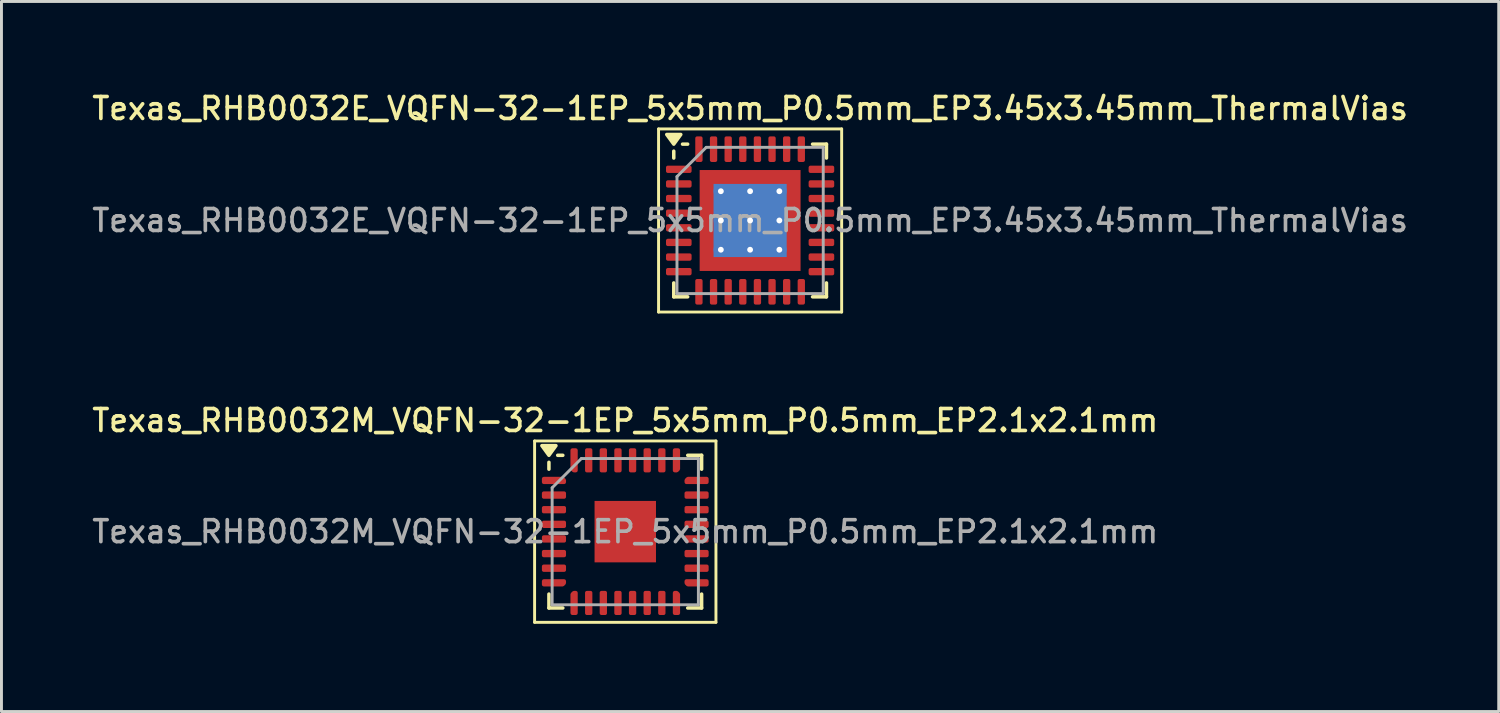
<source format=kicad_pcb>
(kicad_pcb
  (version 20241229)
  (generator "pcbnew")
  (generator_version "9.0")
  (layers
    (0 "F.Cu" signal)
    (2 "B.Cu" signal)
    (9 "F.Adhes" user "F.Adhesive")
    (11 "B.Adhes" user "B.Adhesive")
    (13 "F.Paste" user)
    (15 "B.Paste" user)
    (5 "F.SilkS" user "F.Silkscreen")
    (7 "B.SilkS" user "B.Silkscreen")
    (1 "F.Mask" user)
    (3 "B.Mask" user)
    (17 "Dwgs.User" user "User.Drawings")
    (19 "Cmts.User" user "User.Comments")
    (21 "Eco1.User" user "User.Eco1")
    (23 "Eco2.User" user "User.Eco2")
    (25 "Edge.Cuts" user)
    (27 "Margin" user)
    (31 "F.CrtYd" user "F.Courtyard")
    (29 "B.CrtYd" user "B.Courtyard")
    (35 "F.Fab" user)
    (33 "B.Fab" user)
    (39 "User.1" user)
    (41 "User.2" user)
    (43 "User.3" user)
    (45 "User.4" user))
  (footprint "Texas_RHB0032M_VQFN-32-1EP_5x5mm_P0.5mm_EP2.1x2.1mm"
    (layer "F.Cu")
    (at 18.327 15.126)
    (property "Reference" "Texas_RHB0032M_VQFN-32-1EP_5x5mm_P0.5mm_EP2.1x2.1mm" (at 0 -3.8 0) (layer "F.SilkS") (effects (font (size 0.75 0.75) (thickness 0.125))))
    (attr smd)
    (fp_line (start -3.1 -3.1) (end -3.1 3.1) (stroke (width 0.1) (type solid)) (layer "F.SilkS"))
    (fp_line (start -3.1 3.1) (end 3.1 3.1) (stroke (width 0.1) (type solid)) (layer "F.SilkS"))
    (fp_line (start -2.61 -2.135) (end -2.61 -2.37) (stroke (width 0.12) (type solid)) (layer "F.SilkS"))
    (fp_line (start -2.61 2.61) (end -2.61 2.135) (stroke (width 0.12) (type solid)) (layer "F.SilkS"))
    (fp_line (start -2.135 -2.61) (end -2.31 -2.61) (stroke (width 0.12) (type solid)) (layer "F.SilkS"))
    (fp_line (start -2.135 2.61) (end -2.61 2.61) (stroke (width 0.12) (type solid)) (layer "F.SilkS"))
    (fp_line (start 2.135 -2.61) (end 2.61 -2.61) (stroke (width 0.12) (type solid)) (layer "F.SilkS"))
    (fp_line (start 2.135 2.61) (end 2.61 2.61) (stroke (width 0.12) (type solid)) (layer "F.SilkS"))
    (fp_line (start 2.61 -2.61) (end 2.61 -2.135) (stroke (width 0.12) (type solid)) (layer "F.SilkS"))
    (fp_line (start 2.61 2.61) (end 2.61 2.135) (stroke (width 0.12) (type solid)) (layer "F.SilkS"))
    (fp_line (start 3.1 -3.1) (end -3.1 -3.1) (stroke (width 0.1) (type solid)) (layer "F.SilkS"))
    (fp_line (start 3.1 3.1) (end 3.1 -3.1) (stroke (width 0.1) (type solid)) (layer "F.SilkS"))
    (fp_poly (pts (xy -2.61 -2.61) (xy -2.85 -2.94) (xy -2.37 -2.94) (xy -2.61 -2.61)) (stroke (width 0.12) (type solid)) (fill yes) (layer "F.SilkS"))
    (fp_line (start -2.5 -1.5) (end -1.5 -2.5) (stroke (width 0.1) (type solid)) (layer "F.Fab"))
    (fp_line (start -2.5 2.5) (end -2.5 -1.5) (stroke (width 0.1) (type solid)) (layer "F.Fab"))
    (fp_line (start -1.5 -2.5) (end 2.5 -2.5) (stroke (width 0.1) (type solid)) (layer "F.Fab"))
    (fp_line (start 2.5 -2.5) (end 2.5 2.5) (stroke (width 0.1) (type solid)) (layer "F.Fab"))
    (fp_line (start 2.5 2.5) (end -2.5 2.5) (stroke (width 0.1) (type solid)) (layer "F.Fab"))
    (fp_text user "${REFERENCE}" (at 0 0 0) (layer "F.Fab") (effects (font (size 0.75 0.75) (thickness 0.125))))
    (pad "" smd roundrect (at -0.525 -0.525) (size 0.85 0.85) (layers "F.Paste") (roundrect_rratio 0.25))
    (pad "" smd roundrect (at -0.525 0.525) (size 0.85 0.85) (layers "F.Paste") (roundrect_rratio 0.25))
    (pad "" smd roundrect (at 0.525 -0.525) (size 0.85 0.85) (layers "F.Paste") (roundrect_rratio 0.25))
    (pad "" smd roundrect (at 0.525 0.525) (size 0.85 0.85) (layers "F.Paste") (roundrect_rratio 0.25))
    (pad "1" smd custom (at -2.438 -1.75) (size 0.186 0.186) (layers "F.Cu" "F.Mask" "F.Paste") (options (anchor circle)) (primitives (gr_poly (pts (xy -0.35 -0.062) (xy 0.297 -0.062) (xy 0.35 -0.009) (xy 0.35 0.062) (xy -0.35 0.062)) (width 0.125) (fill yes))))
    (pad "2" smd roundrect (at -2.438 -1.25) (size 0.825 0.25) (layers "F.Cu" "F.Mask" "F.Paste") (roundrect_rratio 0.25))
    (pad "3" smd roundrect (at -2.438 -0.75) (size 0.825 0.25) (layers "F.Cu" "F.Mask" "F.Paste") (roundrect_rratio 0.25))
    (pad "4" smd roundrect (at -2.438 -0.25) (size 0.825 0.25) (layers "F.Cu" "F.Mask" "F.Paste") (roundrect_rratio 0.25))
    (pad "5" smd roundrect (at -2.438 0.25) (size 0.825 0.25) (layers "F.Cu" "F.Mask" "F.Paste") (roundrect_rratio 0.25))
    (pad "6" smd roundrect (at -2.438 0.75) (size 0.825 0.25) (layers "F.Cu" "F.Mask" "F.Paste") (roundrect_rratio 0.25))
    (pad "7" smd roundrect (at -2.438 1.25) (size 0.825 0.25) (layers "F.Cu" "F.Mask" "F.Paste") (roundrect_rratio 0.25))
    (pad "8" smd custom (at -2.438 1.75) (size 0.186 0.186) (layers "F.Cu" "F.Mask" "F.Paste") (options (anchor circle)) (primitives (gr_poly (pts (xy -0.35 -0.062) (xy 0.35 -0.062) (xy 0.35 0.009) (xy 0.297 0.062) (xy -0.35 0.062)) (width 0.125) (fill yes))))
    (pad "9" smd custom (at -1.75 2.438) (size 0.186 0.186) (layers "F.Cu" "F.Mask" "F.Paste") (options (anchor circle)) (primitives (gr_poly (pts (xy -0.062 -0.297) (xy -0.009 -0.35) (xy 0.062 -0.35) (xy 0.062 0.35) (xy -0.062 0.35)) (width 0.125) (fill yes))))
    (pad "10" smd roundrect (at -1.25 2.438) (size 0.25 0.825) (layers "F.Cu" "F.Mask" "F.Paste") (roundrect_rratio 0.25))
    (pad "11" smd roundrect (at -0.75 2.438) (size 0.25 0.825) (layers "F.Cu" "F.Mask" "F.Paste") (roundrect_rratio 0.25))
    (pad "12" smd roundrect (at -0.25 2.438) (size 0.25 0.825) (layers "F.Cu" "F.Mask" "F.Paste") (roundrect_rratio 0.25))
    (pad "13" smd roundrect (at 0.25 2.438) (size 0.25 0.825) (layers "F.Cu" "F.Mask" "F.Paste") (roundrect_rratio 0.25))
    (pad "14" smd roundrect (at 0.75 2.438) (size 0.25 0.825) (layers "F.Cu" "F.Mask" "F.Paste") (roundrect_rratio 0.25))
    (pad "15" smd roundrect (at 1.25 2.438) (size 0.25 0.825) (layers "F.Cu" "F.Mask" "F.Paste") (roundrect_rratio 0.25))
    (pad "16" smd custom (at 1.75 2.438) (size 0.186 0.186) (layers "F.Cu" "F.Mask" "F.Paste") (options (anchor circle)) (primitives (gr_poly (pts (xy -0.062 -0.35) (xy 0.009 -0.35) (xy 0.062 -0.297) (xy 0.062 0.35) (xy -0.062 0.35)) (width 0.125) (fill yes))))
    (pad "17" smd custom (at 2.438 1.75) (size 0.186 0.186) (layers "F.Cu" "F.Mask" "F.Paste") (options (anchor circle)) (primitives (gr_poly (pts (xy -0.35 -0.062) (xy 0.35 -0.062) (xy 0.35 0.062) (xy -0.297 0.062) (xy -0.35 0.009)) (width 0.125) (fill yes))))
    (pad "18" smd roundrect (at 2.438 1.25) (size 0.825 0.25) (layers "F.Cu" "F.Mask" "F.Paste") (roundrect_rratio 0.25))
    (pad "19" smd roundrect (at 2.438 0.75) (size 0.825 0.25) (layers "F.Cu" "F.Mask" "F.Paste") (roundrect_rratio 0.25))
    (pad "20" smd roundrect (at 2.438 0.25) (size 0.825 0.25) (layers "F.Cu" "F.Mask" "F.Paste") (roundrect_rratio 0.25))
    (pad "21" smd roundrect (at 2.438 -0.25) (size 0.825 0.25) (layers "F.Cu" "F.Mask" "F.Paste") (roundrect_rratio 0.25))
    (pad "22" smd roundrect (at 2.438 -0.75) (size 0.825 0.25) (layers "F.Cu" "F.Mask" "F.Paste") (roundrect_rratio 0.25))
    (pad "23" smd roundrect (at 2.438 -1.25) (size 0.825 0.25) (layers "F.Cu" "F.Mask" "F.Paste") (roundrect_rratio 0.25))
    (pad "24" smd custom (at 2.438 -1.75) (size 0.186 0.186) (layers "F.Cu" "F.Mask" "F.Paste") (options (anchor circle)) (primitives (gr_poly (pts (xy -0.35 -0.009) (xy -0.297 -0.062) (xy 0.35 -0.062) (xy 0.35 0.062) (xy -0.35 0.062)) (width 0.125) (fill yes))))
    (pad "25" smd custom (at 1.75 -2.438) (size 0.186 0.186) (layers "F.Cu" "F.Mask" "F.Paste") (options (anchor circle)) (primitives (gr_poly (pts (xy -0.062 -0.35) (xy 0.062 -0.35) (xy 0.062 0.297) (xy 0.009 0.35) (xy -0.062 0.35)) (width 0.125) (fill yes))))
    (pad "26" smd roundrect (at 1.25 -2.438) (size 0.25 0.825) (layers "F.Cu" "F.Mask" "F.Paste") (roundrect_rratio 0.25))
    (pad "27" smd roundrect (at 0.75 -2.438) (size 0.25 0.825) (layers "F.Cu" "F.Mask" "F.Paste") (roundrect_rratio 0.25))
    (pad "28" smd roundrect (at 0.25 -2.438) (size 0.25 0.825) (layers "F.Cu" "F.Mask" "F.Paste") (roundrect_rratio 0.25))
    (pad "29" smd roundrect (at -0.25 -2.438) (size 0.25 0.825) (layers "F.Cu" "F.Mask" "F.Paste") (roundrect_rratio 0.25))
    (pad "30" smd roundrect (at -0.75 -2.438) (size 0.25 0.825) (layers "F.Cu" "F.Mask" "F.Paste") (roundrect_rratio 0.25))
    (pad "31" smd roundrect (at -1.25 -2.438) (size 0.25 0.825) (layers "F.Cu" "F.Mask" "F.Paste") (roundrect_rratio 0.25))
    (pad "32" smd custom (at -1.75 -2.438) (size 0.186 0.186) (layers "F.Cu" "F.Mask" "F.Paste") (options (anchor circle)) (primitives (gr_poly (pts (xy -0.062 -0.35) (xy 0.062 -0.35) (xy 0.062 0.35) (xy -0.009 0.35) (xy -0.062 0.297)) (width 0.125) (fill yes))))
    (pad "33" smd rect (at 0 0) (size 2.1 2.1) (property pad_prop_heatsink) (layers "F.Cu" "F.Mask")))
  (footprint "Texas_RHB0032E_VQFN-32-1EP_5x5mm_P0.5mm_EP3.45x3.45mm_ThermalVias"
    (layer "F.Cu")
    (at 22.595 4.488)
    (property "Reference" "Texas_RHB0032E_VQFN-32-1EP_5x5mm_P0.5mm_EP3.45x3.45mm_ThermalVias" (at 0 -3.83 0) (layer "F.SilkS") (effects (font (size 0.75 0.75) (thickness 0.125))))
    (attr smd)
    (fp_line (start -3.13 -3.13) (end -3.13 3.13) (stroke (width 0.1) (type solid)) (layer "F.SilkS"))
    (fp_line (start -3.13 3.13) (end 3.13 3.13) (stroke (width 0.1) (type solid)) (layer "F.SilkS"))
    (fp_line (start -2.61 -2.135) (end -2.61 -2.37) (stroke (width 0.12) (type solid)) (layer "F.SilkS"))
    (fp_line (start -2.61 2.61) (end -2.61 2.135) (stroke (width 0.12) (type solid)) (layer "F.SilkS"))
    (fp_line (start -2.135 -2.61) (end -2.31 -2.61) (stroke (width 0.12) (type solid)) (layer "F.SilkS"))
    (fp_line (start -2.135 2.61) (end -2.61 2.61) (stroke (width 0.12) (type solid)) (layer "F.SilkS"))
    (fp_line (start 2.135 -2.61) (end 2.61 -2.61) (stroke (width 0.12) (type solid)) (layer "F.SilkS"))
    (fp_line (start 2.135 2.61) (end 2.61 2.61) (stroke (width 0.12) (type solid)) (layer "F.SilkS"))
    (fp_line (start 2.61 -2.61) (end 2.61 -2.135) (stroke (width 0.12) (type solid)) (layer "F.SilkS"))
    (fp_line (start 2.61 2.61) (end 2.61 2.135) (stroke (width 0.12) (type solid)) (layer "F.SilkS"))
    (fp_line (start 3.13 -3.13) (end -3.13 -3.13) (stroke (width 0.1) (type solid)) (layer "F.SilkS"))
    (fp_line (start 3.13 3.13) (end 3.13 -3.13) (stroke (width 0.1) (type solid)) (layer "F.SilkS"))
    (fp_poly (pts (xy -2.61 -2.61) (xy -2.85 -2.94) (xy -2.37 -2.94) (xy -2.61 -2.61)) (stroke (width 0.12) (type solid)) (fill yes) (layer "F.SilkS"))
    (fp_line (start -2.5 -1.5) (end -1.5 -2.5) (stroke (width 0.1) (type solid)) (layer "F.Fab"))
    (fp_line (start -2.5 2.5) (end -2.5 -1.5) (stroke (width 0.1) (type solid)) (layer "F.Fab"))
    (fp_line (start -1.5 -2.5) (end 2.5 -2.5) (stroke (width 0.1) (type solid)) (layer "F.Fab"))
    (fp_line (start 2.5 -2.5) (end 2.5 2.5) (stroke (width 0.1) (type solid)) (layer "F.Fab"))
    (fp_line (start 2.5 2.5) (end -2.5 2.5) (stroke (width 0.1) (type solid)) (layer "F.Fab"))
    (fp_text user "${REFERENCE}" (at 0 0 0) (layer "F.Fab") (effects (font (size 0.75 0.75) (thickness 0.125))))
    (pad "" smd custom (at -1.363 -1.363) (size 0.484 0.484) (layers "F.Paste") (options (anchor circle)) (primitives (gr_poly (pts (xy -0.192 -0.192) (xy 0.192 -0.192) (xy 0.192 0.108) (xy 0.108 0.192) (xy -0.192 0.192)) (width 0.201) (fill yes))))
    (pad "" smd custom (at -1.363 -0.5) (size 0.503 0.503) (layers "F.Paste") (options (anchor circle)) (primitives (gr_poly (pts (xy -0.21 -0.321) (xy 0.143 -0.321) (xy 0.21 -0.254) (xy 0.21 0.254) (xy 0.143 0.321) (xy -0.21 0.321)) (width 0.164) (fill yes))))
    (pad "" smd custom (at -1.363 0.5) (size 0.503 0.503) (layers "F.Paste") (options (anchor circle)) (primitives (gr_poly (pts (xy -0.21 -0.321) (xy 0.143 -0.321) (xy 0.21 -0.254) (xy 0.21 0.254) (xy 0.143 0.321) (xy -0.21 0.321)) (width 0.164) (fill yes))))
    (pad "" smd custom (at -1.363 1.363) (size 0.484 0.484) (layers "F.Paste") (options (anchor circle)) (primitives (gr_poly (pts (xy -0.192 -0.192) (xy 0.108 -0.192) (xy 0.192 -0.108) (xy 0.192 0.192) (xy -0.192 0.192)) (width 0.201) (fill yes))))
    (pad "" smd custom (at -0.5 -1.363) (size 0.503 0.503) (layers "F.Paste") (options (anchor circle)) (primitives (gr_poly (pts (xy -0.321 -0.21) (xy 0.321 -0.21) (xy 0.321 0.143) (xy 0.254 0.21) (xy -0.254 0.21) (xy -0.321 0.143)) (width 0.164) (fill yes))))
    (pad "" smd roundrect (at -0.5 -0.5) (size 0.806 0.806) (layers "F.Paste") (roundrect_rratio 0.25))
    (pad "" smd roundrect (at -0.5 0.5) (size 0.806 0.806) (layers "F.Paste") (roundrect_rratio 0.25))
    (pad "" smd custom (at -0.5 1.363) (size 0.503 0.503) (layers "F.Paste") (options (anchor circle)) (primitives (gr_poly (pts (xy -0.321 -0.143) (xy -0.254 -0.21) (xy 0.254 -0.21) (xy 0.321 -0.143) (xy 0.321 0.21) (xy -0.321 0.21)) (width 0.164) (fill yes))))
    (pad "" smd custom (at 0.5 -1.363) (size 0.503 0.503) (layers "F.Paste") (options (anchor circle)) (primitives (gr_poly (pts (xy -0.321 -0.21) (xy 0.321 -0.21) (xy 0.321 0.143) (xy 0.254 0.21) (xy -0.254 0.21) (xy -0.321 0.143)) (width 0.164) (fill yes))))
    (pad "" smd roundrect (at 0.5 -0.5) (size 0.806 0.806) (layers "F.Paste") (roundrect_rratio 0.25))
    (pad "" smd roundrect (at 0.5 0.5) (size 0.806 0.806) (layers "F.Paste") (roundrect_rratio 0.25))
    (pad "" smd custom (at 0.5 1.363) (size 0.503 0.503) (layers "F.Paste") (options (anchor circle)) (primitives (gr_poly (pts (xy -0.321 -0.143) (xy -0.254 -0.21) (xy 0.254 -0.21) (xy 0.321 -0.143) (xy 0.321 0.21) (xy -0.321 0.21)) (width 0.164) (fill yes))))
    (pad "" smd custom (at 1.363 -1.363) (size 0.484 0.484) (layers "F.Paste") (options (anchor circle)) (primitives (gr_poly (pts (xy -0.192 -0.192) (xy 0.192 -0.192) (xy 0.192 0.192) (xy -0.108 0.192) (xy -0.192 0.108)) (width 0.201) (fill yes))))
    (pad "" smd custom (at 1.363 -0.5) (size 0.503 0.503) (layers "F.Paste") (options (anchor circle)) (primitives (gr_poly (pts (xy -0.21 -0.254) (xy -0.143 -0.321) (xy 0.21 -0.321) (xy 0.21 0.321) (xy -0.143 0.321) (xy -0.21 0.254)) (width 0.164) (fill yes))))
    (pad "" smd custom (at 1.363 0.5) (size 0.503 0.503) (layers "F.Paste") (options (anchor circle)) (primitives (gr_poly (pts (xy -0.21 -0.254) (xy -0.143 -0.321) (xy 0.21 -0.321) (xy 0.21 0.321) (xy -0.143 0.321) (xy -0.21 0.254)) (width 0.164) (fill yes))))
    (pad "" smd custom (at 1.363 1.363) (size 0.484 0.484) (layers "F.Paste") (options (anchor circle)) (primitives (gr_poly (pts (xy -0.192 -0.108) (xy -0.108 -0.192) (xy 0.192 -0.192) (xy 0.192 0.192) (xy -0.192 0.192)) (width 0.201) (fill yes))))
    (pad "1" smd roundrect (at -2.438 -1.75) (size 0.875 0.25) (layers "F.Cu" "F.Mask" "F.Paste") (roundrect_rratio 0.25))
    (pad "2" smd roundrect (at -2.438 -1.25) (size 0.875 0.25) (layers "F.Cu" "F.Mask" "F.Paste") (roundrect_rratio 0.25))
    (pad "3" smd roundrect (at -2.438 -0.75) (size 0.875 0.25) (layers "F.Cu" "F.Mask" "F.Paste") (roundrect_rratio 0.25))
    (pad "4" smd roundrect (at -2.438 -0.25) (size 0.875 0.25) (layers "F.Cu" "F.Mask" "F.Paste") (roundrect_rratio 0.25))
    (pad "5" smd roundrect (at -2.438 0.25) (size 0.875 0.25) (layers "F.Cu" "F.Mask" "F.Paste") (roundrect_rratio 0.25))
    (pad "6" smd roundrect (at -2.438 0.75) (size 0.875 0.25) (layers "F.Cu" "F.Mask" "F.Paste") (roundrect_rratio 0.25))
    (pad "7" smd roundrect (at -2.438 1.25) (size 0.875 0.25) (layers "F.Cu" "F.Mask" "F.Paste") (roundrect_rratio 0.25))
    (pad "8" smd roundrect (at -2.438 1.75) (size 0.875 0.25) (layers "F.Cu" "F.Mask" "F.Paste") (roundrect_rratio 0.25))
    (pad "9" smd roundrect (at -1.75 2.438) (size 0.25 0.875) (layers "F.Cu" "F.Mask" "F.Paste") (roundrect_rratio 0.25))
    (pad "10" smd roundrect (at -1.25 2.438) (size 0.25 0.875) (layers "F.Cu" "F.Mask" "F.Paste") (roundrect_rratio 0.25))
    (pad "11" smd roundrect (at -0.75 2.438) (size 0.25 0.875) (layers "F.Cu" "F.Mask" "F.Paste") (roundrect_rratio 0.25))
    (pad "12" smd roundrect (at -0.25 2.438) (size 0.25 0.875) (layers "F.Cu" "F.Mask" "F.Paste") (roundrect_rratio 0.25))
    (pad "13" smd roundrect (at 0.25 2.438) (size 0.25 0.875) (layers "F.Cu" "F.Mask" "F.Paste") (roundrect_rratio 0.25))
    (pad "14" smd roundrect (at 0.75 2.438) (size 0.25 0.875) (layers "F.Cu" "F.Mask" "F.Paste") (roundrect_rratio 0.25))
    (pad "15" smd roundrect (at 1.25 2.438) (size 0.25 0.875) (layers "F.Cu" "F.Mask" "F.Paste") (roundrect_rratio 0.25))
    (pad "16" smd roundrect (at 1.75 2.438) (size 0.25 0.875) (layers "F.Cu" "F.Mask" "F.Paste") (roundrect_rratio 0.25))
    (pad "17" smd roundrect (at 2.438 1.75) (size 0.875 0.25) (layers "F.Cu" "F.Mask" "F.Paste") (roundrect_rratio 0.25))
    (pad "18" smd roundrect (at 2.438 1.25) (size 0.875 0.25) (layers "F.Cu" "F.Mask" "F.Paste") (roundrect_rratio 0.25))
    (pad "19" smd roundrect (at 2.438 0.75) (size 0.875 0.25) (layers "F.Cu" "F.Mask" "F.Paste") (roundrect_rratio 0.25))
    (pad "20" smd roundrect (at 2.438 0.25) (size 0.875 0.25) (layers "F.Cu" "F.Mask" "F.Paste") (roundrect_rratio 0.25))
    (pad "21" smd roundrect (at 2.438 -0.25) (size 0.875 0.25) (layers "F.Cu" "F.Mask" "F.Paste") (roundrect_rratio 0.25))
    (pad "22" smd roundrect (at 2.438 -0.75) (size 0.875 0.25) (layers "F.Cu" "F.Mask" "F.Paste") (roundrect_rratio 0.25))
    (pad "23" smd roundrect (at 2.438 -1.25) (size 0.875 0.25) (layers "F.Cu" "F.Mask" "F.Paste") (roundrect_rratio 0.25))
    (pad "24" smd roundrect (at 2.438 -1.75) (size 0.875 0.25) (layers "F.Cu" "F.Mask" "F.Paste") (roundrect_rratio 0.25))
    (pad "25" smd roundrect (at 1.75 -2.438) (size 0.25 0.875) (layers "F.Cu" "F.Mask" "F.Paste") (roundrect_rratio 0.25))
    (pad "26" smd roundrect (at 1.25 -2.438) (size 0.25 0.875) (layers "F.Cu" "F.Mask" "F.Paste") (roundrect_rratio 0.25))
    (pad "27" smd roundrect (at 0.75 -2.438) (size 0.25 0.875) (layers "F.Cu" "F.Mask" "F.Paste") (roundrect_rratio 0.25))
    (pad "28" smd roundrect (at 0.25 -2.438) (size 0.25 0.875) (layers "F.Cu" "F.Mask" "F.Paste") (roundrect_rratio 0.25))
    (pad "29" smd roundrect (at -0.25 -2.438) (size 0.25 0.875) (layers "F.Cu" "F.Mask" "F.Paste") (roundrect_rratio 0.25))
    (pad "30" smd roundrect (at -0.75 -2.438) (size 0.25 0.875) (layers "F.Cu" "F.Mask" "F.Paste") (roundrect_rratio 0.25))
    (pad "31" smd roundrect (at -1.25 -2.438) (size 0.25 0.875) (layers "F.Cu" "F.Mask" "F.Paste") (roundrect_rratio 0.25))
    (pad "32" smd roundrect (at -1.75 -2.438) (size 0.25 0.875) (layers "F.Cu" "F.Mask" "F.Paste") (roundrect_rratio 0.25))
    (pad "33" thru_hole circle (at -1 -1) (size 0.5 0.5) (drill 0.2) (property pad_prop_heatsink) (layers "*.Cu"))
    (pad "33" thru_hole circle (at -1 0) (size 0.5 0.5) (drill 0.2) (property pad_prop_heatsink) (layers "*.Cu"))
    (pad "33" thru_hole circle (at -1 1) (size 0.5 0.5) (drill 0.2) (property pad_prop_heatsink) (layers "*.Cu"))
    (pad "33" thru_hole circle (at 0 -1) (size 0.5 0.5) (drill 0.2) (property pad_prop_heatsink) (layers "*.Cu"))
    (pad "33" thru_hole circle (at 0 0) (size 0.5 0.5) (drill 0.2) (property pad_prop_heatsink) (layers "*.Cu"))
    (pad "33" smd rect (at 0 0) (size 2.5 2.5) (property pad_prop_heatsink) (layers "B.Cu"))
    (pad "33" smd rect (at 0 0) (size 3.45 3.45) (property pad_prop_heatsink) (layers "F.Cu" "F.Mask"))
    (pad "33" thru_hole circle (at 0 1) (size 0.5 0.5) (drill 0.2) (property pad_prop_heatsink) (layers "*.Cu"))
    (pad "33" thru_hole circle (at 1 -1) (size 0.5 0.5) (drill 0.2) (property pad_prop_heatsink) (layers "*.Cu"))
    (pad "33" thru_hole circle (at 1 0) (size 0.5 0.5) (drill 0.2) (property pad_prop_heatsink) (layers "*.Cu"))
    (pad "33" thru_hole circle (at 1 1) (size 0.5 0.5) (drill 0.2) (property pad_prop_heatsink) (layers "*.Cu")))
  (gr_rect
    (start -3 -3)
    (end 48.189 21.276)
    (stroke (width 0.1) (type default))
    (fill no)
    (layer "Edge.Cuts")))
</source>
